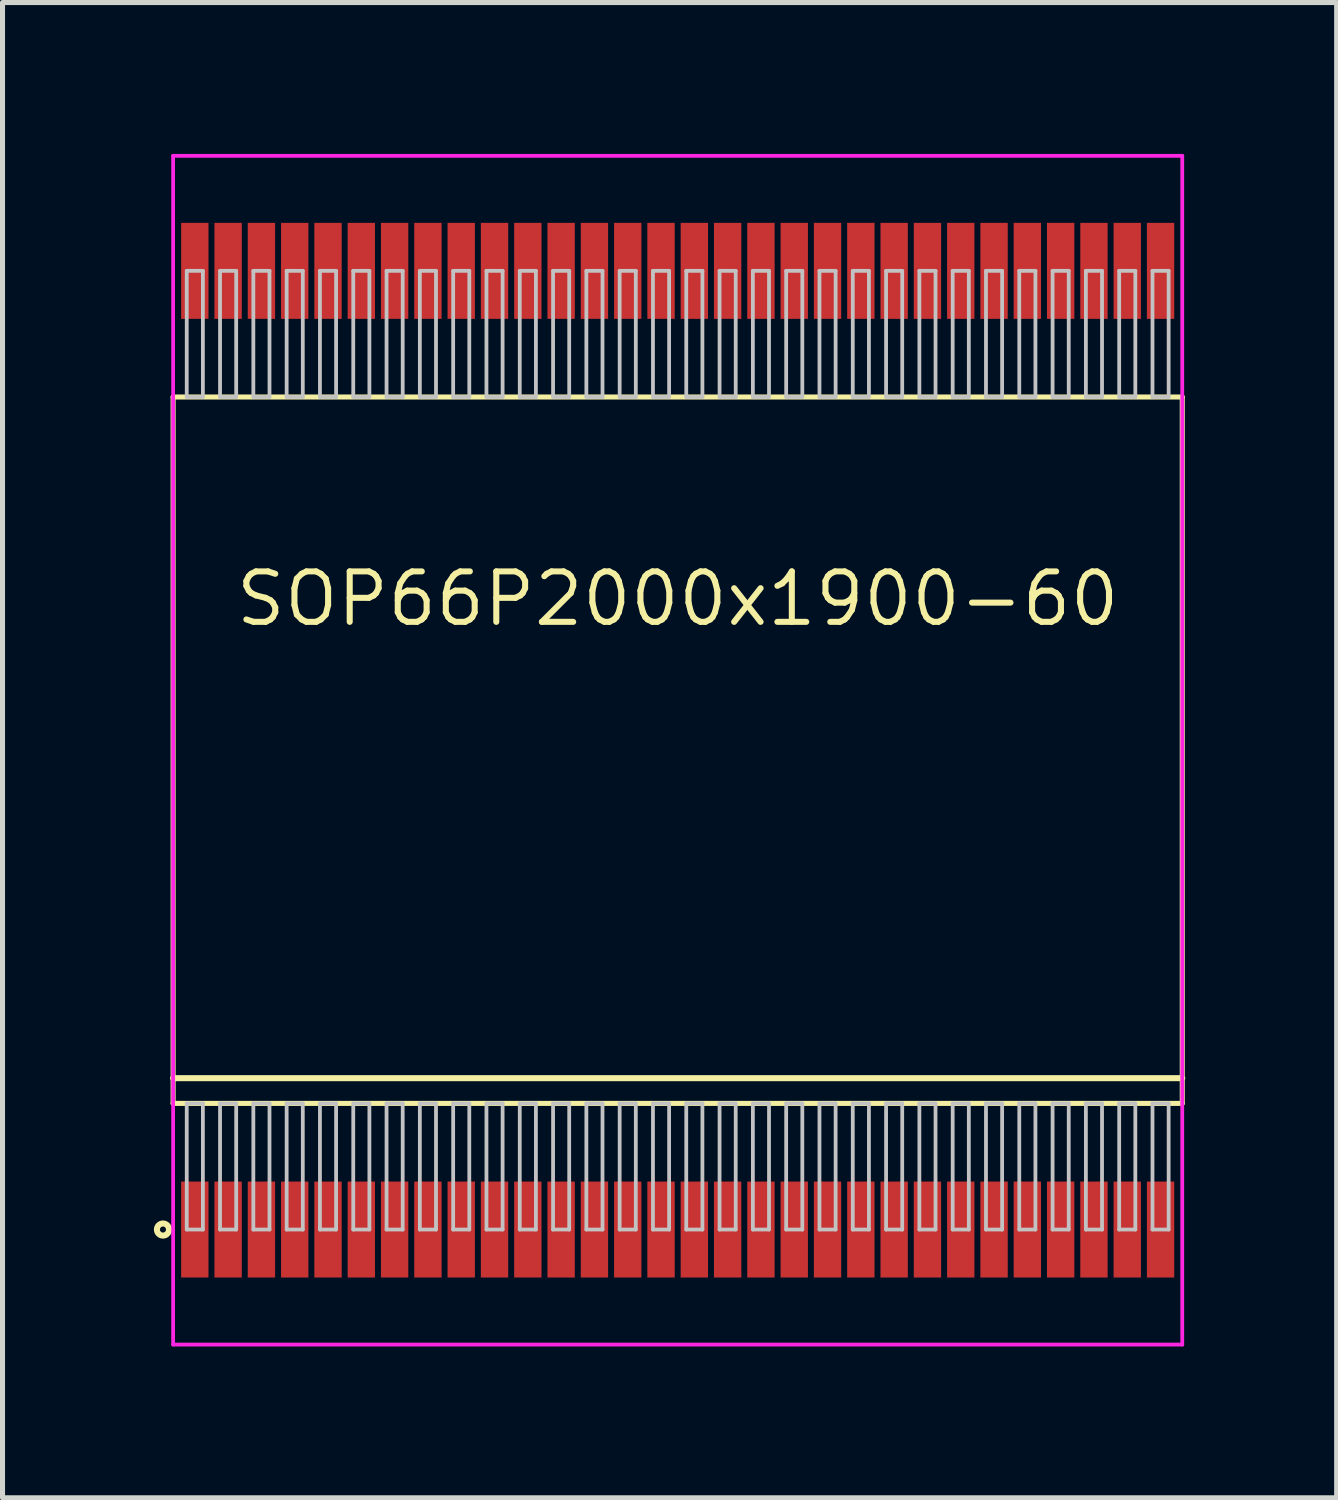
<source format=kicad_pcb>
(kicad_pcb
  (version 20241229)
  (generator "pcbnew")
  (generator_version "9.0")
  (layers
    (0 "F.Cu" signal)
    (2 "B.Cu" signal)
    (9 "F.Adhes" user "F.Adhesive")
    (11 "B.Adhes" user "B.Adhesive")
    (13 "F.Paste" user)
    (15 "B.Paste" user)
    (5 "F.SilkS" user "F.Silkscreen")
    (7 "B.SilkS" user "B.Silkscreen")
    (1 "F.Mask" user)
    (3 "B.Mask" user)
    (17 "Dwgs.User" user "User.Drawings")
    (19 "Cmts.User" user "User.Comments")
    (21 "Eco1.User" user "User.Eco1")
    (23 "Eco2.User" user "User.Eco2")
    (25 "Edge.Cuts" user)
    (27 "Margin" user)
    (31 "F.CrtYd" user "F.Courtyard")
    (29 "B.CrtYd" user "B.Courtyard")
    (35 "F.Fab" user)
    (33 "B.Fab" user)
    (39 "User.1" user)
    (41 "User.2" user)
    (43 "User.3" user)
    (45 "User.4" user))
  (footprint "SOP66P2000x1900-60"
    (layer "F.Cu")
    (at 10.381 11.818)
    (property "Reference" "SOP66P2000x1900-60" (at 0 -3 0) (layer "F.SilkS") (effects (font (size 1 1) (thickness 0.12))))
    (attr through_hole)
    (fp_line (start -10 -7) (end -10 7) (stroke (width 0.1) (type solid)) (layer "F.SilkS"))
    (fp_line (start -10 6.5) (end 10 6.5) (stroke (width 0.12) (type solid)) (layer "F.SilkS"))
    (fp_line (start -10 7) (end 10 7) (stroke (width 0.1) (type solid)) (layer "F.SilkS"))
    (fp_line (start 10 -7) (end -10 -7) (stroke (width 0.1) (type solid)) (layer "F.SilkS"))
    (fp_line (start 10 7) (end 10 -7) (stroke (width 0.1) (type solid)) (layer "F.SilkS"))
    (fp_circle (center -10.201 9.5) (end -10.081 9.5) (stroke (width 0.12) (type solid)) (fill no) (layer "F.SilkS"))
    (fp_line (start -9.73 -9.5) (end -9.73 -7) (stroke (width 0.075) (type solid)) (layer "Dwgs.User"))
    (fp_line (start -9.73 -7) (end -9.41 -7) (stroke (width 0.075) (type solid)) (layer "Dwgs.User"))
    (fp_line (start -9.73 7) (end -9.41 7) (stroke (width 0.075) (type solid)) (layer "Dwgs.User"))
    (fp_line (start -9.73 9.5) (end -9.73 7) (stroke (width 0.075) (type solid)) (layer "Dwgs.User"))
    (fp_line (start -9.41 -9.5) (end -9.73 -9.5) (stroke (width 0.075) (type solid)) (layer "Dwgs.User"))
    (fp_line (start -9.41 -7) (end -9.41 -9.5) (stroke (width 0.075) (type solid)) (layer "Dwgs.User"))
    (fp_line (start -9.41 7) (end -9.41 9.5) (stroke (width 0.075) (type solid)) (layer "Dwgs.User"))
    (fp_line (start -9.41 9.5) (end -9.73 9.5) (stroke (width 0.075) (type solid)) (layer "Dwgs.User"))
    (fp_line (start -9.07 -9.5) (end -9.07 -7) (stroke (width 0.075) (type solid)) (layer "Dwgs.User"))
    (fp_line (start -9.07 -7) (end -8.75 -7) (stroke (width 0.075) (type solid)) (layer "Dwgs.User"))
    (fp_line (start -9.07 7) (end -8.75 7) (stroke (width 0.075) (type solid)) (layer "Dwgs.User"))
    (fp_line (start -9.07 9.5) (end -9.07 7) (stroke (width 0.075) (type solid)) (layer "Dwgs.User"))
    (fp_line (start -8.75 -9.5) (end -9.07 -9.5) (stroke (width 0.075) (type solid)) (layer "Dwgs.User"))
    (fp_line (start -8.75 -7) (end -8.75 -9.5) (stroke (width 0.075) (type solid)) (layer "Dwgs.User"))
    (fp_line (start -8.75 7) (end -8.75 9.5) (stroke (width 0.075) (type solid)) (layer "Dwgs.User"))
    (fp_line (start -8.75 9.5) (end -9.07 9.5) (stroke (width 0.075) (type solid)) (layer "Dwgs.User"))
    (fp_line (start -8.41 -9.5) (end -8.41 -7) (stroke (width 0.075) (type solid)) (layer "Dwgs.User"))
    (fp_line (start -8.41 -7) (end -8.09 -7) (stroke (width 0.075) (type solid)) (layer "Dwgs.User"))
    (fp_line (start -8.41 7) (end -8.09 7) (stroke (width 0.075) (type solid)) (layer "Dwgs.User"))
    (fp_line (start -8.41 9.5) (end -8.41 7) (stroke (width 0.075) (type solid)) (layer "Dwgs.User"))
    (fp_line (start -8.09 -9.5) (end -8.41 -9.5) (stroke (width 0.075) (type solid)) (layer "Dwgs.User"))
    (fp_line (start -8.09 -7) (end -8.09 -9.5) (stroke (width 0.075) (type solid)) (layer "Dwgs.User"))
    (fp_line (start -8.09 7) (end -8.09 9.5) (stroke (width 0.075) (type solid)) (layer "Dwgs.User"))
    (fp_line (start -8.09 9.5) (end -8.41 9.5) (stroke (width 0.075) (type solid)) (layer "Dwgs.User"))
    (fp_line (start -7.75 -9.5) (end -7.75 -7) (stroke (width 0.075) (type solid)) (layer "Dwgs.User"))
    (fp_line (start -7.75 -7) (end -7.43 -7) (stroke (width 0.075) (type solid)) (layer "Dwgs.User"))
    (fp_line (start -7.75 7) (end -7.43 7) (stroke (width 0.075) (type solid)) (layer "Dwgs.User"))
    (fp_line (start -7.75 9.5) (end -7.75 7) (stroke (width 0.075) (type solid)) (layer "Dwgs.User"))
    (fp_line (start -7.43 -9.5) (end -7.75 -9.5) (stroke (width 0.075) (type solid)) (layer "Dwgs.User"))
    (fp_line (start -7.43 -7) (end -7.43 -9.5) (stroke (width 0.075) (type solid)) (layer "Dwgs.User"))
    (fp_line (start -7.43 7) (end -7.43 9.5) (stroke (width 0.075) (type solid)) (layer "Dwgs.User"))
    (fp_line (start -7.43 9.5) (end -7.75 9.5) (stroke (width 0.075) (type solid)) (layer "Dwgs.User"))
    (fp_line (start -7.09 -9.5) (end -7.09 -7) (stroke (width 0.075) (type solid)) (layer "Dwgs.User"))
    (fp_line (start -7.09 -7) (end -6.77 -7) (stroke (width 0.075) (type solid)) (layer "Dwgs.User"))
    (fp_line (start -7.09 7) (end -6.77 7) (stroke (width 0.075) (type solid)) (layer "Dwgs.User"))
    (fp_line (start -7.09 9.5) (end -7.09 7) (stroke (width 0.075) (type solid)) (layer "Dwgs.User"))
    (fp_line (start -6.77 -9.5) (end -7.09 -9.5) (stroke (width 0.075) (type solid)) (layer "Dwgs.User"))
    (fp_line (start -6.77 -7) (end -6.77 -9.5) (stroke (width 0.075) (type solid)) (layer "Dwgs.User"))
    (fp_line (start -6.77 7) (end -6.77 9.5) (stroke (width 0.075) (type solid)) (layer "Dwgs.User"))
    (fp_line (start -6.77 9.5) (end -7.09 9.5) (stroke (width 0.075) (type solid)) (layer "Dwgs.User"))
    (fp_line (start -6.43 -9.5) (end -6.43 -7) (stroke (width 0.075) (type solid)) (layer "Dwgs.User"))
    (fp_line (start -6.43 -7) (end -6.11 -7) (stroke (width 0.075) (type solid)) (layer "Dwgs.User"))
    (fp_line (start -6.43 7) (end -6.11 7) (stroke (width 0.075) (type solid)) (layer "Dwgs.User"))
    (fp_line (start -6.43 9.5) (end -6.43 7) (stroke (width 0.075) (type solid)) (layer "Dwgs.User"))
    (fp_line (start -6.11 -9.5) (end -6.43 -9.5) (stroke (width 0.075) (type solid)) (layer "Dwgs.User"))
    (fp_line (start -6.11 -7) (end -6.11 -9.5) (stroke (width 0.075) (type solid)) (layer "Dwgs.User"))
    (fp_line (start -6.11 7) (end -6.11 9.5) (stroke (width 0.075) (type solid)) (layer "Dwgs.User"))
    (fp_line (start -6.11 9.5) (end -6.43 9.5) (stroke (width 0.075) (type solid)) (layer "Dwgs.User"))
    (fp_line (start -5.77 -9.5) (end -5.77 -7) (stroke (width 0.075) (type solid)) (layer "Dwgs.User"))
    (fp_line (start -5.77 -7) (end -5.45 -7) (stroke (width 0.075) (type solid)) (layer "Dwgs.User"))
    (fp_line (start -5.77 7) (end -5.45 7) (stroke (width 0.075) (type solid)) (layer "Dwgs.User"))
    (fp_line (start -5.77 9.5) (end -5.77 7) (stroke (width 0.075) (type solid)) (layer "Dwgs.User"))
    (fp_line (start -5.45 -9.5) (end -5.77 -9.5) (stroke (width 0.075) (type solid)) (layer "Dwgs.User"))
    (fp_line (start -5.45 -7) (end -5.45 -9.5) (stroke (width 0.075) (type solid)) (layer "Dwgs.User"))
    (fp_line (start -5.45 7) (end -5.45 9.5) (stroke (width 0.075) (type solid)) (layer "Dwgs.User"))
    (fp_line (start -5.45 9.5) (end -5.77 9.5) (stroke (width 0.075) (type solid)) (layer "Dwgs.User"))
    (fp_line (start -5.11 -9.5) (end -5.11 -7) (stroke (width 0.075) (type solid)) (layer "Dwgs.User"))
    (fp_line (start -5.11 -7) (end -4.79 -7) (stroke (width 0.075) (type solid)) (layer "Dwgs.User"))
    (fp_line (start -5.11 7) (end -4.79 7) (stroke (width 0.075) (type solid)) (layer "Dwgs.User"))
    (fp_line (start -5.11 9.5) (end -5.11 7) (stroke (width 0.075) (type solid)) (layer "Dwgs.User"))
    (fp_line (start -4.79 -9.5) (end -5.11 -9.5) (stroke (width 0.075) (type solid)) (layer "Dwgs.User"))
    (fp_line (start -4.79 -7) (end -4.79 -9.5) (stroke (width 0.075) (type solid)) (layer "Dwgs.User"))
    (fp_line (start -4.79 7) (end -4.79 9.5) (stroke (width 0.075) (type solid)) (layer "Dwgs.User"))
    (fp_line (start -4.79 9.5) (end -5.11 9.5) (stroke (width 0.075) (type solid)) (layer "Dwgs.User"))
    (fp_line (start -4.45 -9.5) (end -4.45 -7) (stroke (width 0.075) (type solid)) (layer "Dwgs.User"))
    (fp_line (start -4.45 -7) (end -4.13 -7) (stroke (width 0.075) (type solid)) (layer "Dwgs.User"))
    (fp_line (start -4.45 7) (end -4.13 7) (stroke (width 0.075) (type solid)) (layer "Dwgs.User"))
    (fp_line (start -4.45 9.5) (end -4.45 7) (stroke (width 0.075) (type solid)) (layer "Dwgs.User"))
    (fp_line (start -4.13 -9.5) (end -4.45 -9.5) (stroke (width 0.075) (type solid)) (layer "Dwgs.User"))
    (fp_line (start -4.13 -7) (end -4.13 -9.5) (stroke (width 0.075) (type solid)) (layer "Dwgs.User"))
    (fp_line (start -4.13 7) (end -4.13 9.5) (stroke (width 0.075) (type solid)) (layer "Dwgs.User"))
    (fp_line (start -4.13 9.5) (end -4.45 9.5) (stroke (width 0.075) (type solid)) (layer "Dwgs.User"))
    (fp_line (start -3.79 -9.5) (end -3.79 -7) (stroke (width 0.075) (type solid)) (layer "Dwgs.User"))
    (fp_line (start -3.79 -7) (end -3.47 -7) (stroke (width 0.075) (type solid)) (layer "Dwgs.User"))
    (fp_line (start -3.79 7) (end -3.47 7) (stroke (width 0.075) (type solid)) (layer "Dwgs.User"))
    (fp_line (start -3.79 9.5) (end -3.79 7) (stroke (width 0.075) (type solid)) (layer "Dwgs.User"))
    (fp_line (start -3.47 -9.5) (end -3.79 -9.5) (stroke (width 0.075) (type solid)) (layer "Dwgs.User"))
    (fp_line (start -3.47 -7) (end -3.47 -9.5) (stroke (width 0.075) (type solid)) (layer "Dwgs.User"))
    (fp_line (start -3.47 7) (end -3.47 9.5) (stroke (width 0.075) (type solid)) (layer "Dwgs.User"))
    (fp_line (start -3.47 9.5) (end -3.79 9.5) (stroke (width 0.075) (type solid)) (layer "Dwgs.User"))
    (fp_line (start -3.13 -9.5) (end -3.13 -7) (stroke (width 0.075) (type solid)) (layer "Dwgs.User"))
    (fp_line (start -3.13 -7) (end -2.81 -7) (stroke (width 0.075) (type solid)) (layer "Dwgs.User"))
    (fp_line (start -3.13 7) (end -2.81 7) (stroke (width 0.075) (type solid)) (layer "Dwgs.User"))
    (fp_line (start -3.13 9.5) (end -3.13 7) (stroke (width 0.075) (type solid)) (layer "Dwgs.User"))
    (fp_line (start -2.81 -9.5) (end -3.13 -9.5) (stroke (width 0.075) (type solid)) (layer "Dwgs.User"))
    (fp_line (start -2.81 -7) (end -2.81 -9.5) (stroke (width 0.075) (type solid)) (layer "Dwgs.User"))
    (fp_line (start -2.81 7) (end -2.81 9.5) (stroke (width 0.075) (type solid)) (layer "Dwgs.User"))
    (fp_line (start -2.81 9.5) (end -3.13 9.5) (stroke (width 0.075) (type solid)) (layer "Dwgs.User"))
    (fp_line (start -2.47 -9.5) (end -2.47 -7) (stroke (width 0.075) (type solid)) (layer "Dwgs.User"))
    (fp_line (start -2.47 -7) (end -2.15 -7) (stroke (width 0.075) (type solid)) (layer "Dwgs.User"))
    (fp_line (start -2.47 7) (end -2.15 7) (stroke (width 0.075) (type solid)) (layer "Dwgs.User"))
    (fp_line (start -2.47 9.5) (end -2.47 7) (stroke (width 0.075) (type solid)) (layer "Dwgs.User"))
    (fp_line (start -2.15 -9.5) (end -2.47 -9.5) (stroke (width 0.075) (type solid)) (layer "Dwgs.User"))
    (fp_line (start -2.15 -7) (end -2.15 -9.5) (stroke (width 0.075) (type solid)) (layer "Dwgs.User"))
    (fp_line (start -2.15 7) (end -2.15 9.5) (stroke (width 0.075) (type solid)) (layer "Dwgs.User"))
    (fp_line (start -2.15 9.5) (end -2.47 9.5) (stroke (width 0.075) (type solid)) (layer "Dwgs.User"))
    (fp_line (start -1.81 -9.5) (end -1.81 -7) (stroke (width 0.075) (type solid)) (layer "Dwgs.User"))
    (fp_line (start -1.81 -7) (end -1.49 -7) (stroke (width 0.075) (type solid)) (layer "Dwgs.User"))
    (fp_line (start -1.81 7) (end -1.49 7) (stroke (width 0.075) (type solid)) (layer "Dwgs.User"))
    (fp_line (start -1.81 9.5) (end -1.81 7) (stroke (width 0.075) (type solid)) (layer "Dwgs.User"))
    (fp_line (start -1.49 -9.5) (end -1.81 -9.5) (stroke (width 0.075) (type solid)) (layer "Dwgs.User"))
    (fp_line (start -1.49 -7) (end -1.49 -9.5) (stroke (width 0.075) (type solid)) (layer "Dwgs.User"))
    (fp_line (start -1.49 7) (end -1.49 9.5) (stroke (width 0.075) (type solid)) (layer "Dwgs.User"))
    (fp_line (start -1.49 9.5) (end -1.81 9.5) (stroke (width 0.075) (type solid)) (layer "Dwgs.User"))
    (fp_line (start -1.15 -9.5) (end -1.15 -7) (stroke (width 0.075) (type solid)) (layer "Dwgs.User"))
    (fp_line (start -1.15 -7) (end -0.83 -7) (stroke (width 0.075) (type solid)) (layer "Dwgs.User"))
    (fp_line (start -1.15 7) (end -0.83 7) (stroke (width 0.075) (type solid)) (layer "Dwgs.User"))
    (fp_line (start -1.15 9.5) (end -1.15 7) (stroke (width 0.075) (type solid)) (layer "Dwgs.User"))
    (fp_line (start -0.83 -9.5) (end -1.15 -9.5) (stroke (width 0.075) (type solid)) (layer "Dwgs.User"))
    (fp_line (start -0.83 -7) (end -0.83 -9.5) (stroke (width 0.075) (type solid)) (layer "Dwgs.User"))
    (fp_line (start -0.83 7) (end -0.83 9.5) (stroke (width 0.075) (type solid)) (layer "Dwgs.User"))
    (fp_line (start -0.83 9.5) (end -1.15 9.5) (stroke (width 0.075) (type solid)) (layer "Dwgs.User"))
    (fp_line (start -0.49 -9.5) (end -0.49 -7) (stroke (width 0.075) (type solid)) (layer "Dwgs.User"))
    (fp_line (start -0.49 -7) (end -0.17 -7) (stroke (width 0.075) (type solid)) (layer "Dwgs.User"))
    (fp_line (start -0.49 7) (end -0.17 7) (stroke (width 0.075) (type solid)) (layer "Dwgs.User"))
    (fp_line (start -0.49 9.5) (end -0.49 7) (stroke (width 0.075) (type solid)) (layer "Dwgs.User"))
    (fp_line (start -0.17 -9.5) (end -0.49 -9.5) (stroke (width 0.075) (type solid)) (layer "Dwgs.User"))
    (fp_line (start -0.17 -7) (end -0.17 -9.5) (stroke (width 0.075) (type solid)) (layer "Dwgs.User"))
    (fp_line (start -0.17 7) (end -0.17 9.5) (stroke (width 0.075) (type solid)) (layer "Dwgs.User"))
    (fp_line (start -0.17 9.5) (end -0.49 9.5) (stroke (width 0.075) (type solid)) (layer "Dwgs.User"))
    (fp_line (start 0.17 -9.5) (end 0.17 -7) (stroke (width 0.075) (type solid)) (layer "Dwgs.User"))
    (fp_line (start 0.17 -7) (end 0.49 -7) (stroke (width 0.075) (type solid)) (layer "Dwgs.User"))
    (fp_line (start 0.17 7) (end 0.49 7) (stroke (width 0.075) (type solid)) (layer "Dwgs.User"))
    (fp_line (start 0.17 9.5) (end 0.17 7) (stroke (width 0.075) (type solid)) (layer "Dwgs.User"))
    (fp_line (start 0.49 -9.5) (end 0.17 -9.5) (stroke (width 0.075) (type solid)) (layer "Dwgs.User"))
    (fp_line (start 0.49 -7) (end 0.49 -9.5) (stroke (width 0.075) (type solid)) (layer "Dwgs.User"))
    (fp_line (start 0.49 7) (end 0.49 9.5) (stroke (width 0.075) (type solid)) (layer "Dwgs.User"))
    (fp_line (start 0.49 9.5) (end 0.17 9.5) (stroke (width 0.075) (type solid)) (layer "Dwgs.User"))
    (fp_line (start 0.83 -9.5) (end 0.83 -7) (stroke (width 0.075) (type solid)) (layer "Dwgs.User"))
    (fp_line (start 0.83 -7) (end 1.15 -7) (stroke (width 0.075) (type solid)) (layer "Dwgs.User"))
    (fp_line (start 0.83 7) (end 1.15 7) (stroke (width 0.075) (type solid)) (layer "Dwgs.User"))
    (fp_line (start 0.83 9.5) (end 0.83 7) (stroke (width 0.075) (type solid)) (layer "Dwgs.User"))
    (fp_line (start 1.15 -9.5) (end 0.83 -9.5) (stroke (width 0.075) (type solid)) (layer "Dwgs.User"))
    (fp_line (start 1.15 -7) (end 1.15 -9.5) (stroke (width 0.075) (type solid)) (layer "Dwgs.User"))
    (fp_line (start 1.15 7) (end 1.15 9.5) (stroke (width 0.075) (type solid)) (layer "Dwgs.User"))
    (fp_line (start 1.15 9.5) (end 0.83 9.5) (stroke (width 0.075) (type solid)) (layer "Dwgs.User"))
    (fp_line (start 1.49 -9.5) (end 1.49 -7) (stroke (width 0.075) (type solid)) (layer "Dwgs.User"))
    (fp_line (start 1.49 -7) (end 1.81 -7) (stroke (width 0.075) (type solid)) (layer "Dwgs.User"))
    (fp_line (start 1.49 7) (end 1.81 7) (stroke (width 0.075) (type solid)) (layer "Dwgs.User"))
    (fp_line (start 1.49 9.5) (end 1.49 7) (stroke (width 0.075) (type solid)) (layer "Dwgs.User"))
    (fp_line (start 1.81 -9.5) (end 1.49 -9.5) (stroke (width 0.075) (type solid)) (layer "Dwgs.User"))
    (fp_line (start 1.81 -7) (end 1.81 -9.5) (stroke (width 0.075) (type solid)) (layer "Dwgs.User"))
    (fp_line (start 1.81 7) (end 1.81 9.5) (stroke (width 0.075) (type solid)) (layer "Dwgs.User"))
    (fp_line (start 1.81 9.5) (end 1.49 9.5) (stroke (width 0.075) (type solid)) (layer "Dwgs.User"))
    (fp_line (start 2.15 -9.5) (end 2.15 -7) (stroke (width 0.075) (type solid)) (layer "Dwgs.User"))
    (fp_line (start 2.15 -7) (end 2.47 -7) (stroke (width 0.075) (type solid)) (layer "Dwgs.User"))
    (fp_line (start 2.15 7) (end 2.47 7) (stroke (width 0.075) (type solid)) (layer "Dwgs.User"))
    (fp_line (start 2.15 9.5) (end 2.15 7) (stroke (width 0.075) (type solid)) (layer "Dwgs.User"))
    (fp_line (start 2.47 -9.5) (end 2.15 -9.5) (stroke (width 0.075) (type solid)) (layer "Dwgs.User"))
    (fp_line (start 2.47 -7) (end 2.47 -9.5) (stroke (width 0.075) (type solid)) (layer "Dwgs.User"))
    (fp_line (start 2.47 7) (end 2.47 9.5) (stroke (width 0.075) (type solid)) (layer "Dwgs.User"))
    (fp_line (start 2.47 9.5) (end 2.15 9.5) (stroke (width 0.075) (type solid)) (layer "Dwgs.User"))
    (fp_line (start 2.81 -9.5) (end 2.81 -7) (stroke (width 0.075) (type solid)) (layer "Dwgs.User"))
    (fp_line (start 2.81 -7) (end 3.13 -7) (stroke (width 0.075) (type solid)) (layer "Dwgs.User"))
    (fp_line (start 2.81 7) (end 3.13 7) (stroke (width 0.075) (type solid)) (layer "Dwgs.User"))
    (fp_line (start 2.81 9.5) (end 2.81 7) (stroke (width 0.075) (type solid)) (layer "Dwgs.User"))
    (fp_line (start 3.13 -9.5) (end 2.81 -9.5) (stroke (width 0.075) (type solid)) (layer "Dwgs.User"))
    (fp_line (start 3.13 -7) (end 3.13 -9.5) (stroke (width 0.075) (type solid)) (layer "Dwgs.User"))
    (fp_line (start 3.13 7) (end 3.13 9.5) (stroke (width 0.075) (type solid)) (layer "Dwgs.User"))
    (fp_line (start 3.13 9.5) (end 2.81 9.5) (stroke (width 0.075) (type solid)) (layer "Dwgs.User"))
    (fp_line (start 3.47 -9.5) (end 3.47 -7) (stroke (width 0.075) (type solid)) (layer "Dwgs.User"))
    (fp_line (start 3.47 -7) (end 3.79 -7) (stroke (width 0.075) (type solid)) (layer "Dwgs.User"))
    (fp_line (start 3.47 7) (end 3.79 7) (stroke (width 0.075) (type solid)) (layer "Dwgs.User"))
    (fp_line (start 3.47 9.5) (end 3.47 7) (stroke (width 0.075) (type solid)) (layer "Dwgs.User"))
    (fp_line (start 3.79 -9.5) (end 3.47 -9.5) (stroke (width 0.075) (type solid)) (layer "Dwgs.User"))
    (fp_line (start 3.79 -7) (end 3.79 -9.5) (stroke (width 0.075) (type solid)) (layer "Dwgs.User"))
    (fp_line (start 3.79 7) (end 3.79 9.5) (stroke (width 0.075) (type solid)) (layer "Dwgs.User"))
    (fp_line (start 3.79 9.5) (end 3.47 9.5) (stroke (width 0.075) (type solid)) (layer "Dwgs.User"))
    (fp_line (start 4.13 -9.5) (end 4.13 -7) (stroke (width 0.075) (type solid)) (layer "Dwgs.User"))
    (fp_line (start 4.13 -7) (end 4.45 -7) (stroke (width 0.075) (type solid)) (layer "Dwgs.User"))
    (fp_line (start 4.13 7) (end 4.45 7) (stroke (width 0.075) (type solid)) (layer "Dwgs.User"))
    (fp_line (start 4.13 9.5) (end 4.13 7) (stroke (width 0.075) (type solid)) (layer "Dwgs.User"))
    (fp_line (start 4.45 -9.5) (end 4.13 -9.5) (stroke (width 0.075) (type solid)) (layer "Dwgs.User"))
    (fp_line (start 4.45 -7) (end 4.45 -9.5) (stroke (width 0.075) (type solid)) (layer "Dwgs.User"))
    (fp_line (start 4.45 7) (end 4.45 9.5) (stroke (width 0.075) (type solid)) (layer "Dwgs.User"))
    (fp_line (start 4.45 9.5) (end 4.13 9.5) (stroke (width 0.075) (type solid)) (layer "Dwgs.User"))
    (fp_line (start 4.79 -9.5) (end 4.79 -7) (stroke (width 0.075) (type solid)) (layer "Dwgs.User"))
    (fp_line (start 4.79 -7) (end 5.11 -7) (stroke (width 0.075) (type solid)) (layer "Dwgs.User"))
    (fp_line (start 4.79 7) (end 5.11 7) (stroke (width 0.075) (type solid)) (layer "Dwgs.User"))
    (fp_line (start 4.79 9.5) (end 4.79 7) (stroke (width 0.075) (type solid)) (layer "Dwgs.User"))
    (fp_line (start 5.11 -9.5) (end 4.79 -9.5) (stroke (width 0.075) (type solid)) (layer "Dwgs.User"))
    (fp_line (start 5.11 -7) (end 5.11 -9.5) (stroke (width 0.075) (type solid)) (layer "Dwgs.User"))
    (fp_line (start 5.11 7) (end 5.11 9.5) (stroke (width 0.075) (type solid)) (layer "Dwgs.User"))
    (fp_line (start 5.11 9.5) (end 4.79 9.5) (stroke (width 0.075) (type solid)) (layer "Dwgs.User"))
    (fp_line (start 5.45 -9.5) (end 5.45 -7) (stroke (width 0.075) (type solid)) (layer "Dwgs.User"))
    (fp_line (start 5.45 -7) (end 5.77 -7) (stroke (width 0.075) (type solid)) (layer "Dwgs.User"))
    (fp_line (start 5.45 7) (end 5.77 7) (stroke (width 0.075) (type solid)) (layer "Dwgs.User"))
    (fp_line (start 5.45 9.5) (end 5.45 7) (stroke (width 0.075) (type solid)) (layer "Dwgs.User"))
    (fp_line (start 5.77 -9.5) (end 5.45 -9.5) (stroke (width 0.075) (type solid)) (layer "Dwgs.User"))
    (fp_line (start 5.77 -7) (end 5.77 -9.5) (stroke (width 0.075) (type solid)) (layer "Dwgs.User"))
    (fp_line (start 5.77 7) (end 5.77 9.5) (stroke (width 0.075) (type solid)) (layer "Dwgs.User"))
    (fp_line (start 5.77 9.5) (end 5.45 9.5) (stroke (width 0.075) (type solid)) (layer "Dwgs.User"))
    (fp_line (start 6.11 -9.5) (end 6.11 -7) (stroke (width 0.075) (type solid)) (layer "Dwgs.User"))
    (fp_line (start 6.11 -7) (end 6.43 -7) (stroke (width 0.075) (type solid)) (layer "Dwgs.User"))
    (fp_line (start 6.11 7) (end 6.43 7) (stroke (width 0.075) (type solid)) (layer "Dwgs.User"))
    (fp_line (start 6.11 9.5) (end 6.11 7) (stroke (width 0.075) (type solid)) (layer "Dwgs.User"))
    (fp_line (start 6.43 -9.5) (end 6.11 -9.5) (stroke (width 0.075) (type solid)) (layer "Dwgs.User"))
    (fp_line (start 6.43 -7) (end 6.43 -9.5) (stroke (width 0.075) (type solid)) (layer "Dwgs.User"))
    (fp_line (start 6.43 7) (end 6.43 9.5) (stroke (width 0.075) (type solid)) (layer "Dwgs.User"))
    (fp_line (start 6.43 9.5) (end 6.11 9.5) (stroke (width 0.075) (type solid)) (layer "Dwgs.User"))
    (fp_line (start 6.77 -9.5) (end 6.77 -7) (stroke (width 0.075) (type solid)) (layer "Dwgs.User"))
    (fp_line (start 6.77 -7) (end 7.09 -7) (stroke (width 0.075) (type solid)) (layer "Dwgs.User"))
    (fp_line (start 6.77 7) (end 7.09 7) (stroke (width 0.075) (type solid)) (layer "Dwgs.User"))
    (fp_line (start 6.77 9.5) (end 6.77 7) (stroke (width 0.075) (type solid)) (layer "Dwgs.User"))
    (fp_line (start 7.09 -9.5) (end 6.77 -9.5) (stroke (width 0.075) (type solid)) (layer "Dwgs.User"))
    (fp_line (start 7.09 -7) (end 7.09 -9.5) (stroke (width 0.075) (type solid)) (layer "Dwgs.User"))
    (fp_line (start 7.09 7) (end 7.09 9.5) (stroke (width 0.075) (type solid)) (layer "Dwgs.User"))
    (fp_line (start 7.09 9.5) (end 6.77 9.5) (stroke (width 0.075) (type solid)) (layer "Dwgs.User"))
    (fp_line (start 7.43 -9.5) (end 7.43 -7) (stroke (width 0.075) (type solid)) (layer "Dwgs.User"))
    (fp_line (start 7.43 -7) (end 7.75 -7) (stroke (width 0.075) (type solid)) (layer "Dwgs.User"))
    (fp_line (start 7.43 7) (end 7.75 7) (stroke (width 0.075) (type solid)) (layer "Dwgs.User"))
    (fp_line (start 7.43 9.5) (end 7.43 7) (stroke (width 0.075) (type solid)) (layer "Dwgs.User"))
    (fp_line (start 7.75 -9.5) (end 7.43 -9.5) (stroke (width 0.075) (type solid)) (layer "Dwgs.User"))
    (fp_line (start 7.75 -7) (end 7.75 -9.5) (stroke (width 0.075) (type solid)) (layer "Dwgs.User"))
    (fp_line (start 7.75 7) (end 7.75 9.5) (stroke (width 0.075) (type solid)) (layer "Dwgs.User"))
    (fp_line (start 7.75 9.5) (end 7.43 9.5) (stroke (width 0.075) (type solid)) (layer "Dwgs.User"))
    (fp_line (start 8.09 -9.5) (end 8.09 -7) (stroke (width 0.075) (type solid)) (layer "Dwgs.User"))
    (fp_line (start 8.09 -7) (end 8.41 -7) (stroke (width 0.075) (type solid)) (layer "Dwgs.User"))
    (fp_line (start 8.09 7) (end 8.41 7) (stroke (width 0.075) (type solid)) (layer "Dwgs.User"))
    (fp_line (start 8.09 9.5) (end 8.09 7) (stroke (width 0.075) (type solid)) (layer "Dwgs.User"))
    (fp_line (start 8.41 -9.5) (end 8.09 -9.5) (stroke (width 0.075) (type solid)) (layer "Dwgs.User"))
    (fp_line (start 8.41 -7) (end 8.41 -9.5) (stroke (width 0.075) (type solid)) (layer "Dwgs.User"))
    (fp_line (start 8.41 7) (end 8.41 9.5) (stroke (width 0.075) (type solid)) (layer "Dwgs.User"))
    (fp_line (start 8.41 9.5) (end 8.09 9.5) (stroke (width 0.075) (type solid)) (layer "Dwgs.User"))
    (fp_line (start 8.75 -9.5) (end 8.75 -7) (stroke (width 0.075) (type solid)) (layer "Dwgs.User"))
    (fp_line (start 8.75 -7) (end 9.07 -7) (stroke (width 0.075) (type solid)) (layer "Dwgs.User"))
    (fp_line (start 8.75 7) (end 9.07 7) (stroke (width 0.075) (type solid)) (layer "Dwgs.User"))
    (fp_line (start 8.75 9.5) (end 8.75 7) (stroke (width 0.075) (type solid)) (layer "Dwgs.User"))
    (fp_line (start 9.07 -9.5) (end 8.75 -9.5) (stroke (width 0.075) (type solid)) (layer "Dwgs.User"))
    (fp_line (start 9.07 -7) (end 9.07 -9.5) (stroke (width 0.075) (type solid)) (layer "Dwgs.User"))
    (fp_line (start 9.07 7) (end 9.07 9.5) (stroke (width 0.075) (type solid)) (layer "Dwgs.User"))
    (fp_line (start 9.07 9.5) (end 8.75 9.5) (stroke (width 0.075) (type solid)) (layer "Dwgs.User"))
    (fp_line (start 9.41 -9.5) (end 9.41 -7) (stroke (width 0.075) (type solid)) (layer "Dwgs.User"))
    (fp_line (start 9.41 -7) (end 9.73 -7) (stroke (width 0.075) (type solid)) (layer "Dwgs.User"))
    (fp_line (start 9.41 7) (end 9.73 7) (stroke (width 0.075) (type solid)) (layer "Dwgs.User"))
    (fp_line (start 9.41 9.5) (end 9.41 7) (stroke (width 0.075) (type solid)) (layer "Dwgs.User"))
    (fp_line (start 9.73 -9.5) (end 9.41 -9.5) (stroke (width 0.075) (type solid)) (layer "Dwgs.User"))
    (fp_line (start 9.73 -7) (end 9.73 -9.5) (stroke (width 0.075) (type solid)) (layer "Dwgs.User"))
    (fp_line (start 9.73 7) (end 9.73 9.5) (stroke (width 0.075) (type solid)) (layer "Dwgs.User"))
    (fp_line (start 9.73 9.5) (end 9.41 9.5) (stroke (width 0.075) (type solid)) (layer "Dwgs.User"))
    (fp_line (start -0.75 0) (end 0.75 0) (stroke (width 0.12) (type solid)) (layer "Eco1.User"))
    (fp_line (start 0 -0.75) (end 0 0.75) (stroke (width 0.12) (type solid)) (layer "Eco1.User"))
    (fp_circle (center 0 0) (end 0.5 0) (stroke (width 0.12) (type solid)) (fill no) (layer "Eco1.User"))
    (fp_line (start -10 -11.78) (end -10 11.78) (stroke (width 0.075) (type solid)) (layer "F.CrtYd"))
    (fp_line (start -10 11.78) (end 10 11.78) (stroke (width 0.075) (type solid)) (layer "F.CrtYd"))
    (fp_line (start 10 -11.78) (end -10 -11.78) (stroke (width 0.075) (type solid)) (layer "F.CrtYd"))
    (fp_line (start 10 11.78) (end 10 -11.78) (stroke (width 0.075) (type solid)) (layer "F.CrtYd"))
    (pad "1" smd rect (at -9.57 9.5) (size 0.542 1.902) (layers "F.Cu" "F.Mask" "F.Paste"))
    (pad "2" smd rect (at -8.91 9.5) (size 0.542 1.902) (layers "F.Cu" "F.Mask" "F.Paste"))
    (pad "3" smd rect (at -8.25 9.5) (size 0.542 1.902) (layers "F.Cu" "F.Mask" "F.Paste"))
    (pad "4" smd rect (at -7.59 9.5) (size 0.542 1.902) (layers "F.Cu" "F.Mask" "F.Paste"))
    (pad "5" smd rect (at -6.93 9.5) (size 0.542 1.902) (layers "F.Cu" "F.Mask" "F.Paste"))
    (pad "6" smd rect (at -6.27 9.5) (size 0.542 1.902) (layers "F.Cu" "F.Mask" "F.Paste"))
    (pad "7" smd rect (at -5.61 9.5) (size 0.542 1.902) (layers "F.Cu" "F.Mask" "F.Paste"))
    (pad "8" smd rect (at -4.95 9.5) (size 0.542 1.902) (layers "F.Cu" "F.Mask" "F.Paste"))
    (pad "9" smd rect (at -4.29 9.5) (size 0.542 1.902) (layers "F.Cu" "F.Mask" "F.Paste"))
    (pad "10" smd rect (at -3.63 9.5) (size 0.542 1.902) (layers "F.Cu" "F.Mask" "F.Paste"))
    (pad "11" smd rect (at -2.97 9.5) (size 0.542 1.902) (layers "F.Cu" "F.Mask" "F.Paste"))
    (pad "12" smd rect (at -2.31 9.5) (size 0.542 1.902) (layers "F.Cu" "F.Mask" "F.Paste"))
    (pad "13" smd rect (at -1.65 9.5) (size 0.542 1.902) (layers "F.Cu" "F.Mask" "F.Paste"))
    (pad "14" smd rect (at -0.99 9.5) (size 0.542 1.902) (layers "F.Cu" "F.Mask" "F.Paste"))
    (pad "15" smd rect (at -0.33 9.5) (size 0.542 1.902) (layers "F.Cu" "F.Mask" "F.Paste"))
    (pad "16" smd rect (at 0.33 9.5) (size 0.542 1.902) (layers "F.Cu" "F.Mask" "F.Paste"))
    (pad "17" smd rect (at 0.99 9.5) (size 0.542 1.902) (layers "F.Cu" "F.Mask" "F.Paste"))
    (pad "18" smd rect (at 1.65 9.5) (size 0.542 1.902) (layers "F.Cu" "F.Mask" "F.Paste"))
    (pad "19" smd rect (at 2.31 9.5) (size 0.542 1.902) (layers "F.Cu" "F.Mask" "F.Paste"))
    (pad "20" smd rect (at 2.97 9.5) (size 0.542 1.902) (layers "F.Cu" "F.Mask" "F.Paste"))
    (pad "21" smd rect (at 3.63 9.5) (size 0.542 1.902) (layers "F.Cu" "F.Mask" "F.Paste"))
    (pad "22" smd rect (at 4.29 9.5) (size 0.542 1.902) (layers "F.Cu" "F.Mask" "F.Paste"))
    (pad "23" smd rect (at 4.95 9.5) (size 0.542 1.902) (layers "F.Cu" "F.Mask" "F.Paste"))
    (pad "24" smd rect (at 5.61 9.5) (size 0.542 1.902) (layers "F.Cu" "F.Mask" "F.Paste"))
    (pad "25" smd rect (at 6.27 9.5) (size 0.542 1.902) (layers "F.Cu" "F.Mask" "F.Paste"))
    (pad "26" smd rect (at 6.93 9.5) (size 0.542 1.902) (layers "F.Cu" "F.Mask" "F.Paste"))
    (pad "27" smd rect (at 7.59 9.5) (size 0.542 1.902) (layers "F.Cu" "F.Mask" "F.Paste"))
    (pad "28" smd rect (at 8.25 9.5) (size 0.542 1.902) (layers "F.Cu" "F.Mask" "F.Paste"))
    (pad "29" smd rect (at 8.91 9.5) (size 0.542 1.902) (layers "F.Cu" "F.Mask" "F.Paste"))
    (pad "30" smd rect (at 9.57 9.5) (size 0.542 1.902) (layers "F.Cu" "F.Mask" "F.Paste"))
    (pad "31" smd rect (at 9.57 -9.5) (size 0.542 1.902) (layers "F.Cu" "F.Mask" "F.Paste"))
    (pad "32" smd rect (at 8.91 -9.5) (size 0.542 1.902) (layers "F.Cu" "F.Mask" "F.Paste"))
    (pad "33" smd rect (at 8.25 -9.5) (size 0.542 1.902) (layers "F.Cu" "F.Mask" "F.Paste"))
    (pad "34" smd rect (at 7.59 -9.5) (size 0.542 1.902) (layers "F.Cu" "F.Mask" "F.Paste"))
    (pad "35" smd rect (at 6.93 -9.5) (size 0.542 1.902) (layers "F.Cu" "F.Mask" "F.Paste"))
    (pad "36" smd rect (at 6.27 -9.5) (size 0.542 1.902) (layers "F.Cu" "F.Mask" "F.Paste"))
    (pad "37" smd rect (at 5.61 -9.5) (size 0.542 1.902) (layers "F.Cu" "F.Mask" "F.Paste"))
    (pad "38" smd rect (at 4.95 -9.5) (size 0.542 1.902) (layers "F.Cu" "F.Mask" "F.Paste"))
    (pad "39" smd rect (at 4.29 -9.5) (size 0.542 1.902) (layers "F.Cu" "F.Mask" "F.Paste"))
    (pad "40" smd rect (at 3.63 -9.5) (size 0.542 1.902) (layers "F.Cu" "F.Mask" "F.Paste"))
    (pad "41" smd rect (at 2.97 -9.5) (size 0.542 1.902) (layers "F.Cu" "F.Mask" "F.Paste"))
    (pad "42" smd rect (at 2.31 -9.5) (size 0.542 1.902) (layers "F.Cu" "F.Mask" "F.Paste"))
    (pad "43" smd rect (at 1.65 -9.5) (size 0.542 1.902) (layers "F.Cu" "F.Mask" "F.Paste"))
    (pad "44" smd rect (at 0.99 -9.5) (size 0.542 1.902) (layers "F.Cu" "F.Mask" "F.Paste"))
    (pad "45" smd rect (at 0.33 -9.5) (size 0.542 1.902) (layers "F.Cu" "F.Mask" "F.Paste"))
    (pad "46" smd rect (at -0.33 -9.5) (size 0.542 1.902) (layers "F.Cu" "F.Mask" "F.Paste"))
    (pad "47" smd rect (at -0.99 -9.5) (size 0.542 1.902) (layers "F.Cu" "F.Mask" "F.Paste"))
    (pad "48" smd rect (at -1.65 -9.5) (size 0.542 1.902) (layers "F.Cu" "F.Mask" "F.Paste"))
    (pad "49" smd rect (at -2.31 -9.5) (size 0.542 1.902) (layers "F.Cu" "F.Mask" "F.Paste"))
    (pad "50" smd rect (at -2.97 -9.5) (size 0.542 1.902) (layers "F.Cu" "F.Mask" "F.Paste"))
    (pad "51" smd rect (at -3.63 -9.5) (size 0.542 1.902) (layers "F.Cu" "F.Mask" "F.Paste"))
    (pad "52" smd rect (at -4.29 -9.5) (size 0.542 1.902) (layers "F.Cu" "F.Mask" "F.Paste"))
    (pad "53" smd rect (at -4.95 -9.5) (size 0.542 1.902) (layers "F.Cu" "F.Mask" "F.Paste"))
    (pad "54" smd rect (at -5.61 -9.5) (size 0.542 1.902) (layers "F.Cu" "F.Mask" "F.Paste"))
    (pad "55" smd rect (at -6.27 -9.5) (size 0.542 1.902) (layers "F.Cu" "F.Mask" "F.Paste"))
    (pad "56" smd rect (at -6.93 -9.5) (size 0.542 1.902) (layers "F.Cu" "F.Mask" "F.Paste"))
    (pad "57" smd rect (at -7.59 -9.5) (size 0.542 1.902) (layers "F.Cu" "F.Mask" "F.Paste"))
    (pad "58" smd rect (at -8.25 -9.5) (size 0.542 1.902) (layers "F.Cu" "F.Mask" "F.Paste"))
    (pad "59" smd rect (at -8.91 -9.5) (size 0.542 1.902) (layers "F.Cu" "F.Mask" "F.Paste"))
    (pad "60" smd rect (at -9.57 -9.5) (size 0.542 1.902) (layers "F.Cu" "F.Mask" "F.Paste")))
  (gr_rect
    (start -3 -3)
    (end 23.441 26.635)
    (stroke (width 0.1) (type default))
    (fill no)
    (layer "Edge.Cuts")))
</source>
